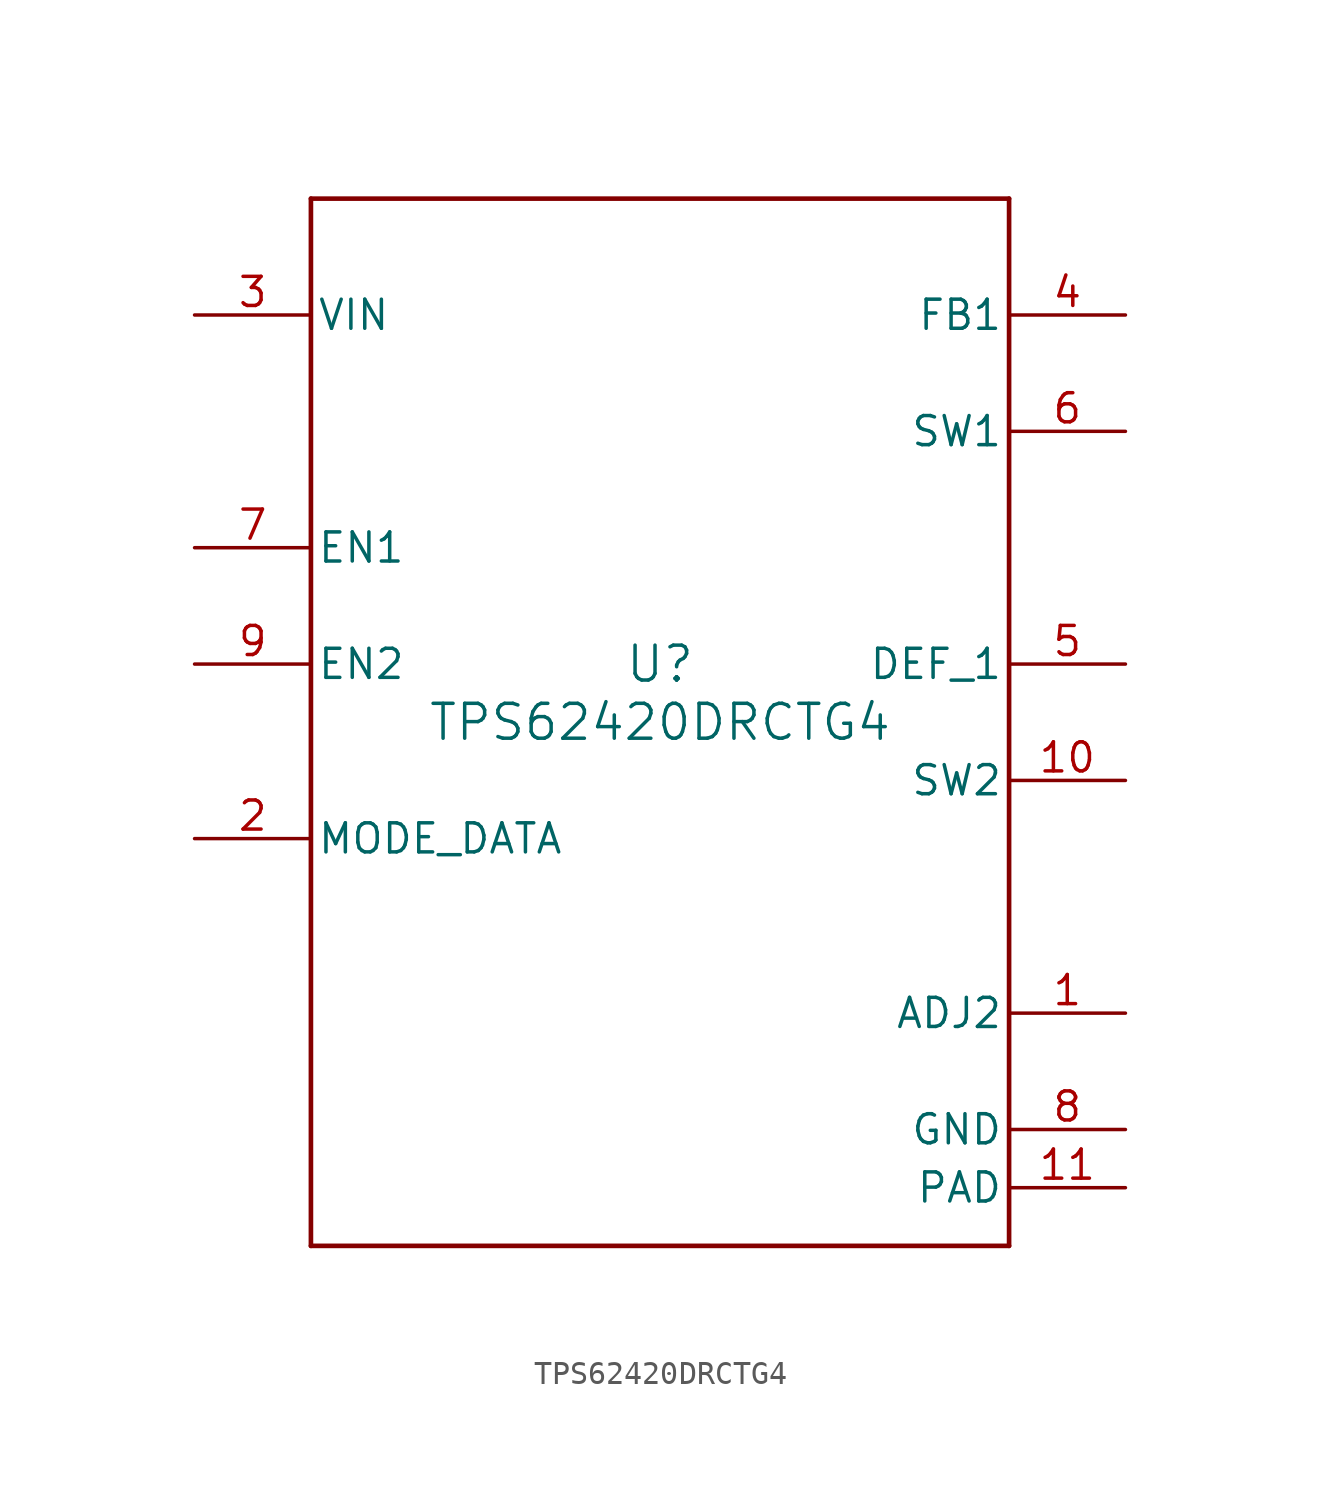
<source format=kicad_sym>
(kicad_symbol_lib
  (version 20211014)
  (generator kicad_symbol_editor)
  (symbol "TPS62420DRCTG4"
    (pin_names
      (offset 0.254))
    (property "Reference" "U"
      (at 0 2.54 0)
      (effects (font (size 1.524 1.524))))
    (property "Value" "TPS62420DRCTG4"
      (at 0 0 0)
      (effects (font (size 1.524 1.524))))
    (symbol "TPS62420DRCTG4_0_1"
      (polyline (pts (xy -15.24 -22.86) (xy 15.24 -22.86)) (stroke (width 0.203) (type default) (color 0 0 0 0)) (fill (type none)))
      (polyline (pts (xy 15.24 -22.86) (xy 15.24 22.86)) (stroke (width 0.203) (type default) (color 0 0 0 0)) (fill (type none)))
      (polyline (pts (xy 15.24 22.86) (xy -15.24 22.86)) (stroke (width 0.203) (type default) (color 0 0 0 0)) (fill (type none)))
      (polyline (pts (xy -15.24 22.86) (xy -15.24 -22.86)) (stroke (width 0.203) (type default) (color 0 0 0 0)) (fill (type none)))
      (pin input line (at 20.32 -12.7 180) (length 5.08) (name "ADJ2" (effects (font (size 1.27 1.27)))) (number "1" (effects (font (size 1.27 1.27)))))
      (pin bidirectional line (at -20.32 -5.08 0) (length 5.08) (name "MODE_DATA" (effects (font (size 1.27 1.27)))) (number "2" (effects (font (size 1.27 1.27)))))
      (pin power_in line (at -20.32 17.78 0) (length 5.08) (name "VIN" (effects (font (size 1.27 1.27)))) (number "3" (effects (font (size 1.27 1.27)))))
      (pin input line (at 20.32 17.78 180) (length 5.08) (name "FB1" (effects (font (size 1.27 1.27)))) (number "4" (effects (font (size 1.27 1.27)))))
      (pin input line (at 20.32 2.54 180) (length 5.08) (name "DEF_1" (effects (font (size 1.27 1.27)))) (number "5" (effects (font (size 1.27 1.27)))))
      (pin power_in line (at 20.32 12.7 180) (length 5.08) (name "SW1" (effects (font (size 1.27 1.27)))) (number "6" (effects (font (size 1.27 1.27)))))
      (pin input line (at -20.32 7.62 0) (length 5.08) (name "EN1" (effects (font (size 1.27 1.27)))) (number "7" (effects (font (size 1.27 1.27)))))
      (pin power_in line (at 20.32 -17.78 180) (length 5.08) (name "GND" (effects (font (size 1.27 1.27)))) (number "8" (effects (font (size 1.27 1.27)))))
      (pin input line (at -20.32 2.54 0) (length 5.08) (name "EN2" (effects (font (size 1.27 1.27)))) (number "9" (effects (font (size 1.27 1.27)))))
      (pin power_in line (at 20.32 -2.54 180) (length 5.08) (name "SW2" (effects (font (size 1.27 1.27)))) (number "10" (effects (font (size 1.27 1.27)))))
      (pin power_in line (at 20.32 -20.32 180) (length 5.08) (name "PAD" (effects (font (size 1.27 1.27)))) (number "11" (effects (font (size 1.27 1.27))))))))
</source>
